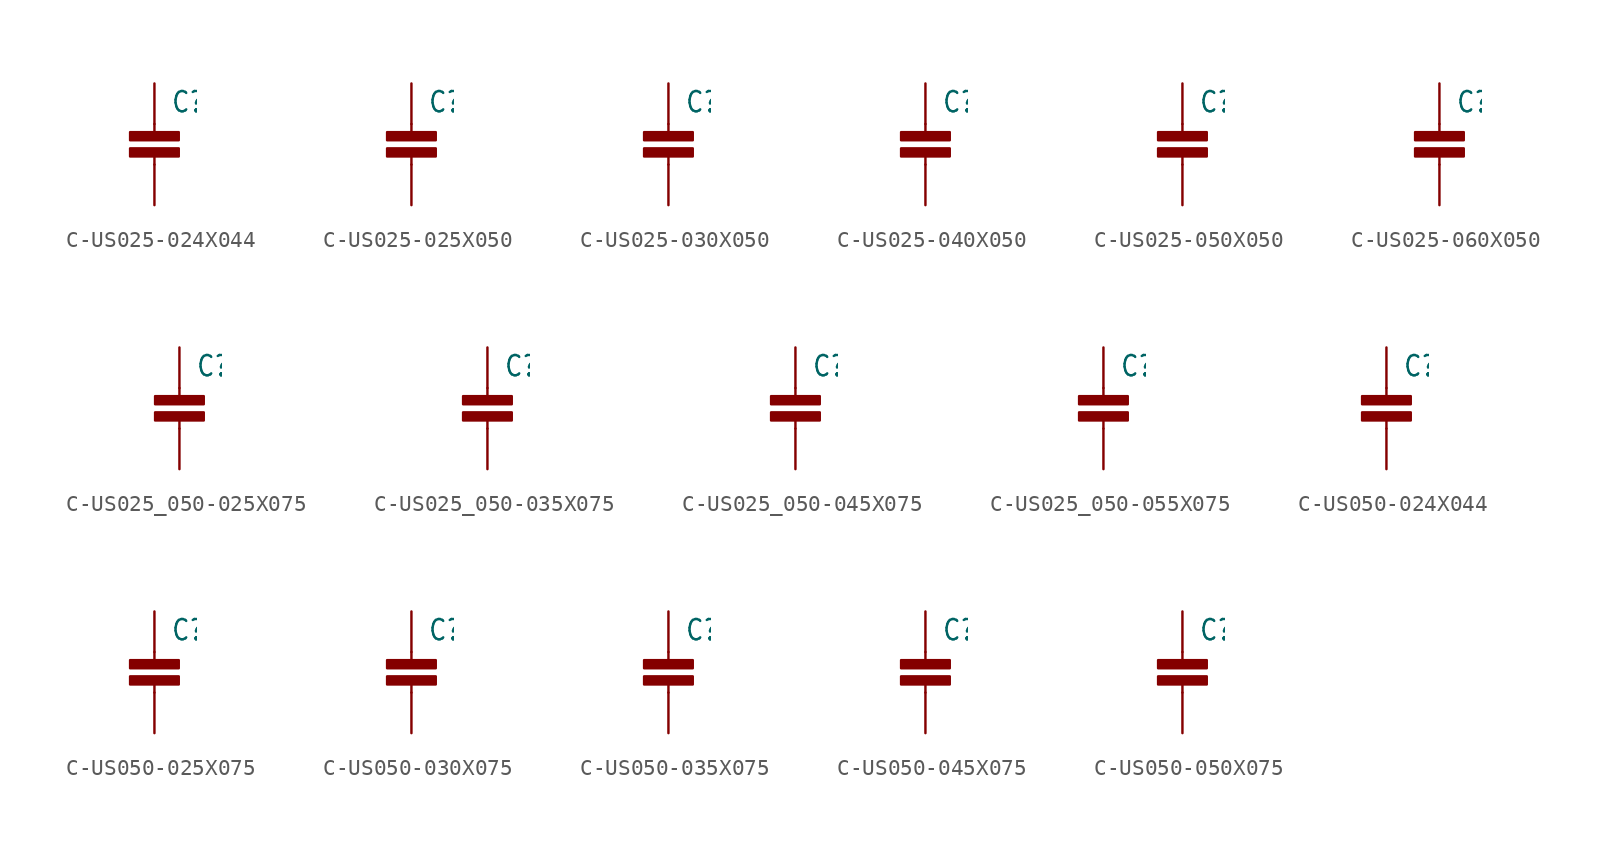
<source format=kicad_sym>
(kicad_symbol_lib
  (version 20231120)
  (generator "kicad_symbol_editor")
  (generator_version "8.99")
  (symbol "C-US025-024X044"
    (property "Reference" "C"
      (at 1.016 0.635 0)
      (effects (font (size 1.27 1.079)) (justify left bottom)))
    (property "Value" ""
      (at 1.016 -4.191 0)
      (effects (font (size 1.27 1.079)) (justify left bottom)))
    (property "ki_locked" ""
      (at 0 0 0)
      (effects (font (size 1.27 1.27))))
    (symbol "C-US025-024X044_1_0"
      (rectangle (start -1.524 -2.032) (end 1.524 -1.524) (stroke (width 0) (type default)) (fill (type outline)))
      (rectangle (start -1.524 -1.016) (end 1.524 -0.508) (stroke (width 0) (type default)) (fill (type outline)))
      (polyline (pts (xy 0 -2.54) (xy 0 -2.032)) (stroke (width 0.152) (type solid)) (fill (type none)))
      (polyline (pts (xy 0 0) (xy 0 -0.508)) (stroke (width 0.152) (type solid)) (fill (type none)))
      (pin passive line (at 0 2.54 270) (length 2.54) (name "1" (effects (font (size 0 0)))) (number "1" (effects (font (size 0 0)))))
      (pin passive line (at 0 -5.08 90) (length 2.54) (name "2" (effects (font (size 0 0)))) (number "2" (effects (font (size 0 0)))))))
  (symbol "C-US025-025X050"
    (property "Reference" "C"
      (at 1.016 0.635 0)
      (effects (font (size 1.27 1.079)) (justify left bottom)))
    (property "Value" ""
      (at 1.016 -4.191 0)
      (effects (font (size 1.27 1.079)) (justify left bottom)))
    (property "ki_locked" ""
      (at 0 0 0)
      (effects (font (size 1.27 1.27))))
    (symbol "C-US025-025X050_1_0"
      (rectangle (start -1.524 -2.032) (end 1.524 -1.524) (stroke (width 0) (type default)) (fill (type outline)))
      (rectangle (start -1.524 -1.016) (end 1.524 -0.508) (stroke (width 0) (type default)) (fill (type outline)))
      (polyline (pts (xy 0 -2.54) (xy 0 -2.032)) (stroke (width 0.152) (type solid)) (fill (type none)))
      (polyline (pts (xy 0 0) (xy 0 -0.508)) (stroke (width 0.152) (type solid)) (fill (type none)))
      (pin passive line (at 0 2.54 270) (length 2.54) (name "1" (effects (font (size 0 0)))) (number "1" (effects (font (size 0 0)))))
      (pin passive line (at 0 -5.08 90) (length 2.54) (name "2" (effects (font (size 0 0)))) (number "2" (effects (font (size 0 0)))))))
  (symbol "C-US025-030X050"
    (property "Reference" "C"
      (at 1.016 0.635 0)
      (effects (font (size 1.27 1.079)) (justify left bottom)))
    (property "Value" ""
      (at 1.016 -4.191 0)
      (effects (font (size 1.27 1.079)) (justify left bottom)))
    (property "ki_locked" ""
      (at 0 0 0)
      (effects (font (size 1.27 1.27))))
    (symbol "C-US025-030X050_1_0"
      (rectangle (start -1.524 -2.032) (end 1.524 -1.524) (stroke (width 0) (type default)) (fill (type outline)))
      (rectangle (start -1.524 -1.016) (end 1.524 -0.508) (stroke (width 0) (type default)) (fill (type outline)))
      (polyline (pts (xy 0 -2.54) (xy 0 -2.032)) (stroke (width 0.152) (type solid)) (fill (type none)))
      (polyline (pts (xy 0 0) (xy 0 -0.508)) (stroke (width 0.152) (type solid)) (fill (type none)))
      (pin passive line (at 0 2.54 270) (length 2.54) (name "1" (effects (font (size 0 0)))) (number "1" (effects (font (size 0 0)))))
      (pin passive line (at 0 -5.08 90) (length 2.54) (name "2" (effects (font (size 0 0)))) (number "2" (effects (font (size 0 0)))))))
  (symbol "C-US025-040X050"
    (property "Reference" "C"
      (at 1.016 0.635 0)
      (effects (font (size 1.27 1.079)) (justify left bottom)))
    (property "Value" ""
      (at 1.016 -4.191 0)
      (effects (font (size 1.27 1.079)) (justify left bottom)))
    (property "ki_locked" ""
      (at 0 0 0)
      (effects (font (size 1.27 1.27))))
    (symbol "C-US025-040X050_1_0"
      (rectangle (start -1.524 -2.032) (end 1.524 -1.524) (stroke (width 0) (type default)) (fill (type outline)))
      (rectangle (start -1.524 -1.016) (end 1.524 -0.508) (stroke (width 0) (type default)) (fill (type outline)))
      (polyline (pts (xy 0 -2.54) (xy 0 -2.032)) (stroke (width 0.152) (type solid)) (fill (type none)))
      (polyline (pts (xy 0 0) (xy 0 -0.508)) (stroke (width 0.152) (type solid)) (fill (type none)))
      (pin passive line (at 0 2.54 270) (length 2.54) (name "1" (effects (font (size 0 0)))) (number "1" (effects (font (size 0 0)))))
      (pin passive line (at 0 -5.08 90) (length 2.54) (name "2" (effects (font (size 0 0)))) (number "2" (effects (font (size 0 0)))))))
  (symbol "C-US025-050X050"
    (property "Reference" "C"
      (at 1.016 0.635 0)
      (effects (font (size 1.27 1.079)) (justify left bottom)))
    (property "Value" ""
      (at 1.016 -4.191 0)
      (effects (font (size 1.27 1.079)) (justify left bottom)))
    (property "ki_locked" ""
      (at 0 0 0)
      (effects (font (size 1.27 1.27))))
    (symbol "C-US025-050X050_1_0"
      (rectangle (start -1.524 -2.032) (end 1.524 -1.524) (stroke (width 0) (type default)) (fill (type outline)))
      (rectangle (start -1.524 -1.016) (end 1.524 -0.508) (stroke (width 0) (type default)) (fill (type outline)))
      (polyline (pts (xy 0 -2.54) (xy 0 -2.032)) (stroke (width 0.152) (type solid)) (fill (type none)))
      (polyline (pts (xy 0 0) (xy 0 -0.508)) (stroke (width 0.152) (type solid)) (fill (type none)))
      (pin passive line (at 0 2.54 270) (length 2.54) (name "1" (effects (font (size 0 0)))) (number "1" (effects (font (size 0 0)))))
      (pin passive line (at 0 -5.08 90) (length 2.54) (name "2" (effects (font (size 0 0)))) (number "2" (effects (font (size 0 0)))))))
  (symbol "C-US025-060X050"
    (property "Reference" "C"
      (at 1.016 0.635 0)
      (effects (font (size 1.27 1.079)) (justify left bottom)))
    (property "Value" ""
      (at 1.016 -4.191 0)
      (effects (font (size 1.27 1.079)) (justify left bottom)))
    (property "ki_locked" ""
      (at 0 0 0)
      (effects (font (size 1.27 1.27))))
    (symbol "C-US025-060X050_1_0"
      (rectangle (start -1.524 -2.032) (end 1.524 -1.524) (stroke (width 0) (type default)) (fill (type outline)))
      (rectangle (start -1.524 -1.016) (end 1.524 -0.508) (stroke (width 0) (type default)) (fill (type outline)))
      (polyline (pts (xy 0 -2.54) (xy 0 -2.032)) (stroke (width 0.152) (type solid)) (fill (type none)))
      (polyline (pts (xy 0 0) (xy 0 -0.508)) (stroke (width 0.152) (type solid)) (fill (type none)))
      (pin passive line (at 0 2.54 270) (length 2.54) (name "1" (effects (font (size 0 0)))) (number "1" (effects (font (size 0 0)))))
      (pin passive line (at 0 -5.08 90) (length 2.54) (name "2" (effects (font (size 0 0)))) (number "2" (effects (font (size 0 0)))))))
  (symbol "C-US025_050-025X075"
    (property "Reference" "C"
      (at 1.016 0.635 0)
      (effects (font (size 1.27 1.079)) (justify left bottom)))
    (property "Value" ""
      (at 1.016 -4.191 0)
      (effects (font (size 1.27 1.079)) (justify left bottom)))
    (property "ki_locked" ""
      (at 0 0 0)
      (effects (font (size 1.27 1.27))))
    (symbol "C-US025_050-025X075_1_0"
      (rectangle (start -1.524 -2.032) (end 1.524 -1.524) (stroke (width 0) (type default)) (fill (type outline)))
      (rectangle (start -1.524 -1.016) (end 1.524 -0.508) (stroke (width 0) (type default)) (fill (type outline)))
      (polyline (pts (xy 0 -2.54) (xy 0 -2.032)) (stroke (width 0.152) (type solid)) (fill (type none)))
      (polyline (pts (xy 0 0) (xy 0 -0.508)) (stroke (width 0.152) (type solid)) (fill (type none)))
      (pin passive line (at 0 2.54 270) (length 2.54) (name "1" (effects (font (size 0 0)))) (number "1" (effects (font (size 0 0)))))
      (pin passive line (at 0 -5.08 90) (length 2.54) (name "2" (effects (font (size 0 0)))) (number "2" (effects (font (size 0 0)))))))
  (symbol "C-US025_050-035X075"
    (property "Reference" "C"
      (at 1.016 0.635 0)
      (effects (font (size 1.27 1.079)) (justify left bottom)))
    (property "Value" ""
      (at 1.016 -4.191 0)
      (effects (font (size 1.27 1.079)) (justify left bottom)))
    (property "ki_locked" ""
      (at 0 0 0)
      (effects (font (size 1.27 1.27))))
    (symbol "C-US025_050-035X075_1_0"
      (rectangle (start -1.524 -2.032) (end 1.524 -1.524) (stroke (width 0) (type default)) (fill (type outline)))
      (rectangle (start -1.524 -1.016) (end 1.524 -0.508) (stroke (width 0) (type default)) (fill (type outline)))
      (polyline (pts (xy 0 -2.54) (xy 0 -2.032)) (stroke (width 0.152) (type solid)) (fill (type none)))
      (polyline (pts (xy 0 0) (xy 0 -0.508)) (stroke (width 0.152) (type solid)) (fill (type none)))
      (pin passive line (at 0 2.54 270) (length 2.54) (name "1" (effects (font (size 0 0)))) (number "1" (effects (font (size 0 0)))))
      (pin passive line (at 0 -5.08 90) (length 2.54) (name "2" (effects (font (size 0 0)))) (number "2" (effects (font (size 0 0)))))))
  (symbol "C-US025_050-045X075"
    (property "Reference" "C"
      (at 1.016 0.635 0)
      (effects (font (size 1.27 1.079)) (justify left bottom)))
    (property "Value" ""
      (at 1.016 -4.191 0)
      (effects (font (size 1.27 1.079)) (justify left bottom)))
    (property "ki_locked" ""
      (at 0 0 0)
      (effects (font (size 1.27 1.27))))
    (symbol "C-US025_050-045X075_1_0"
      (rectangle (start -1.524 -2.032) (end 1.524 -1.524) (stroke (width 0) (type default)) (fill (type outline)))
      (rectangle (start -1.524 -1.016) (end 1.524 -0.508) (stroke (width 0) (type default)) (fill (type outline)))
      (polyline (pts (xy 0 -2.54) (xy 0 -2.032)) (stroke (width 0.152) (type solid)) (fill (type none)))
      (polyline (pts (xy 0 0) (xy 0 -0.508)) (stroke (width 0.152) (type solid)) (fill (type none)))
      (pin passive line (at 0 2.54 270) (length 2.54) (name "1" (effects (font (size 0 0)))) (number "1" (effects (font (size 0 0)))))
      (pin passive line (at 0 -5.08 90) (length 2.54) (name "2" (effects (font (size 0 0)))) (number "2" (effects (font (size 0 0)))))))
  (symbol "C-US025_050-055X075"
    (property "Reference" "C"
      (at 1.016 0.635 0)
      (effects (font (size 1.27 1.079)) (justify left bottom)))
    (property "Value" ""
      (at 1.016 -4.191 0)
      (effects (font (size 1.27 1.079)) (justify left bottom)))
    (property "ki_locked" ""
      (at 0 0 0)
      (effects (font (size 1.27 1.27))))
    (symbol "C-US025_050-055X075_1_0"
      (rectangle (start -1.524 -2.032) (end 1.524 -1.524) (stroke (width 0) (type default)) (fill (type outline)))
      (rectangle (start -1.524 -1.016) (end 1.524 -0.508) (stroke (width 0) (type default)) (fill (type outline)))
      (polyline (pts (xy 0 -2.54) (xy 0 -2.032)) (stroke (width 0.152) (type solid)) (fill (type none)))
      (polyline (pts (xy 0 0) (xy 0 -0.508)) (stroke (width 0.152) (type solid)) (fill (type none)))
      (pin passive line (at 0 2.54 270) (length 2.54) (name "1" (effects (font (size 0 0)))) (number "1" (effects (font (size 0 0)))))
      (pin passive line (at 0 -5.08 90) (length 2.54) (name "2" (effects (font (size 0 0)))) (number "2" (effects (font (size 0 0)))))))
  (symbol "C-US050-024X044"
    (property "Reference" "C"
      (at 1.016 0.635 0)
      (effects (font (size 1.27 1.079)) (justify left bottom)))
    (property "Value" ""
      (at 1.016 -4.191 0)
      (effects (font (size 1.27 1.079)) (justify left bottom)))
    (property "ki_locked" ""
      (at 0 0 0)
      (effects (font (size 1.27 1.27))))
    (symbol "C-US050-024X044_1_0"
      (rectangle (start -1.524 -2.032) (end 1.524 -1.524) (stroke (width 0) (type default)) (fill (type outline)))
      (rectangle (start -1.524 -1.016) (end 1.524 -0.508) (stroke (width 0) (type default)) (fill (type outline)))
      (polyline (pts (xy 0 -2.54) (xy 0 -2.032)) (stroke (width 0.152) (type solid)) (fill (type none)))
      (polyline (pts (xy 0 0) (xy 0 -0.508)) (stroke (width 0.152) (type solid)) (fill (type none)))
      (pin passive line (at 0 2.54 270) (length 2.54) (name "1" (effects (font (size 0 0)))) (number "1" (effects (font (size 0 0)))))
      (pin passive line (at 0 -5.08 90) (length 2.54) (name "2" (effects (font (size 0 0)))) (number "2" (effects (font (size 0 0)))))))
  (symbol "C-US050-025X075"
    (property "Reference" "C"
      (at 1.016 0.635 0)
      (effects (font (size 1.27 1.079)) (justify left bottom)))
    (property "Value" ""
      (at 1.016 -4.191 0)
      (effects (font (size 1.27 1.079)) (justify left bottom)))
    (property "ki_locked" ""
      (at 0 0 0)
      (effects (font (size 1.27 1.27))))
    (symbol "C-US050-025X075_1_0"
      (rectangle (start -1.524 -2.032) (end 1.524 -1.524) (stroke (width 0) (type default)) (fill (type outline)))
      (rectangle (start -1.524 -1.016) (end 1.524 -0.508) (stroke (width 0) (type default)) (fill (type outline)))
      (polyline (pts (xy 0 -2.54) (xy 0 -2.032)) (stroke (width 0.152) (type solid)) (fill (type none)))
      (polyline (pts (xy 0 0) (xy 0 -0.508)) (stroke (width 0.152) (type solid)) (fill (type none)))
      (pin passive line (at 0 2.54 270) (length 2.54) (name "1" (effects (font (size 0 0)))) (number "1" (effects (font (size 0 0)))))
      (pin passive line (at 0 -5.08 90) (length 2.54) (name "2" (effects (font (size 0 0)))) (number "2" (effects (font (size 0 0)))))))
  (symbol "C-US050-030X075"
    (property "Reference" "C"
      (at 1.016 0.635 0)
      (effects (font (size 1.27 1.079)) (justify left bottom)))
    (property "Value" ""
      (at 1.016 -4.191 0)
      (effects (font (size 1.27 1.079)) (justify left bottom)))
    (property "ki_locked" ""
      (at 0 0 0)
      (effects (font (size 1.27 1.27))))
    (symbol "C-US050-030X075_1_0"
      (rectangle (start -1.524 -2.032) (end 1.524 -1.524) (stroke (width 0) (type default)) (fill (type outline)))
      (rectangle (start -1.524 -1.016) (end 1.524 -0.508) (stroke (width 0) (type default)) (fill (type outline)))
      (polyline (pts (xy 0 -2.54) (xy 0 -2.032)) (stroke (width 0.152) (type solid)) (fill (type none)))
      (polyline (pts (xy 0 0) (xy 0 -0.508)) (stroke (width 0.152) (type solid)) (fill (type none)))
      (pin passive line (at 0 2.54 270) (length 2.54) (name "1" (effects (font (size 0 0)))) (number "1" (effects (font (size 0 0)))))
      (pin passive line (at 0 -5.08 90) (length 2.54) (name "2" (effects (font (size 0 0)))) (number "2" (effects (font (size 0 0)))))))
  (symbol "C-US050-035X075"
    (property "Reference" "C"
      (at 1.016 0.635 0)
      (effects (font (size 1.27 1.079)) (justify left bottom)))
    (property "Value" ""
      (at 1.016 -4.191 0)
      (effects (font (size 1.27 1.079)) (justify left bottom)))
    (property "ki_locked" ""
      (at 0 0 0)
      (effects (font (size 1.27 1.27))))
    (symbol "C-US050-035X075_1_0"
      (rectangle (start -1.524 -2.032) (end 1.524 -1.524) (stroke (width 0) (type default)) (fill (type outline)))
      (rectangle (start -1.524 -1.016) (end 1.524 -0.508) (stroke (width 0) (type default)) (fill (type outline)))
      (polyline (pts (xy 0 -2.54) (xy 0 -2.032)) (stroke (width 0.152) (type solid)) (fill (type none)))
      (polyline (pts (xy 0 0) (xy 0 -0.508)) (stroke (width 0.152) (type solid)) (fill (type none)))
      (pin passive line (at 0 2.54 270) (length 2.54) (name "1" (effects (font (size 0 0)))) (number "1" (effects (font (size 0 0)))))
      (pin passive line (at 0 -5.08 90) (length 2.54) (name "2" (effects (font (size 0 0)))) (number "2" (effects (font (size 0 0)))))))
  (symbol "C-US050-045X075"
    (property "Reference" "C"
      (at 1.016 0.635 0)
      (effects (font (size 1.27 1.079)) (justify left bottom)))
    (property "Value" ""
      (at 1.016 -4.191 0)
      (effects (font (size 1.27 1.079)) (justify left bottom)))
    (property "ki_locked" ""
      (at 0 0 0)
      (effects (font (size 1.27 1.27))))
    (symbol "C-US050-045X075_1_0"
      (rectangle (start -1.524 -2.032) (end 1.524 -1.524) (stroke (width 0) (type default)) (fill (type outline)))
      (rectangle (start -1.524 -1.016) (end 1.524 -0.508) (stroke (width 0) (type default)) (fill (type outline)))
      (polyline (pts (xy 0 -2.54) (xy 0 -2.032)) (stroke (width 0.152) (type solid)) (fill (type none)))
      (polyline (pts (xy 0 0) (xy 0 -0.508)) (stroke (width 0.152) (type solid)) (fill (type none)))
      (pin passive line (at 0 2.54 270) (length 2.54) (name "1" (effects (font (size 0 0)))) (number "1" (effects (font (size 0 0)))))
      (pin passive line (at 0 -5.08 90) (length 2.54) (name "2" (effects (font (size 0 0)))) (number "2" (effects (font (size 0 0)))))))
  (symbol "C-US050-050X075"
    (property "Reference" "C"
      (at 1.016 0.635 0)
      (effects (font (size 1.27 1.079)) (justify left bottom)))
    (property "Value" ""
      (at 1.016 -4.191 0)
      (effects (font (size 1.27 1.079)) (justify left bottom)))
    (property "ki_locked" ""
      (at 0 0 0)
      (effects (font (size 1.27 1.27))))
    (symbol "C-US050-050X075_1_0"
      (rectangle (start -1.524 -2.032) (end 1.524 -1.524) (stroke (width 0) (type default)) (fill (type outline)))
      (rectangle (start -1.524 -1.016) (end 1.524 -0.508) (stroke (width 0) (type default)) (fill (type outline)))
      (polyline (pts (xy 0 -2.54) (xy 0 -2.032)) (stroke (width 0.152) (type solid)) (fill (type none)))
      (polyline (pts (xy 0 0) (xy 0 -0.508)) (stroke (width 0.152) (type solid)) (fill (type none)))
      (pin passive line (at 0 2.54 270) (length 2.54) (name "1" (effects (font (size 0 0)))) (number "1" (effects (font (size 0 0)))))
      (pin passive line (at 0 -5.08 90) (length 2.54) (name "2" (effects (font (size 0 0)))) (number "2" (effects (font (size 0 0))))))))
</source>
